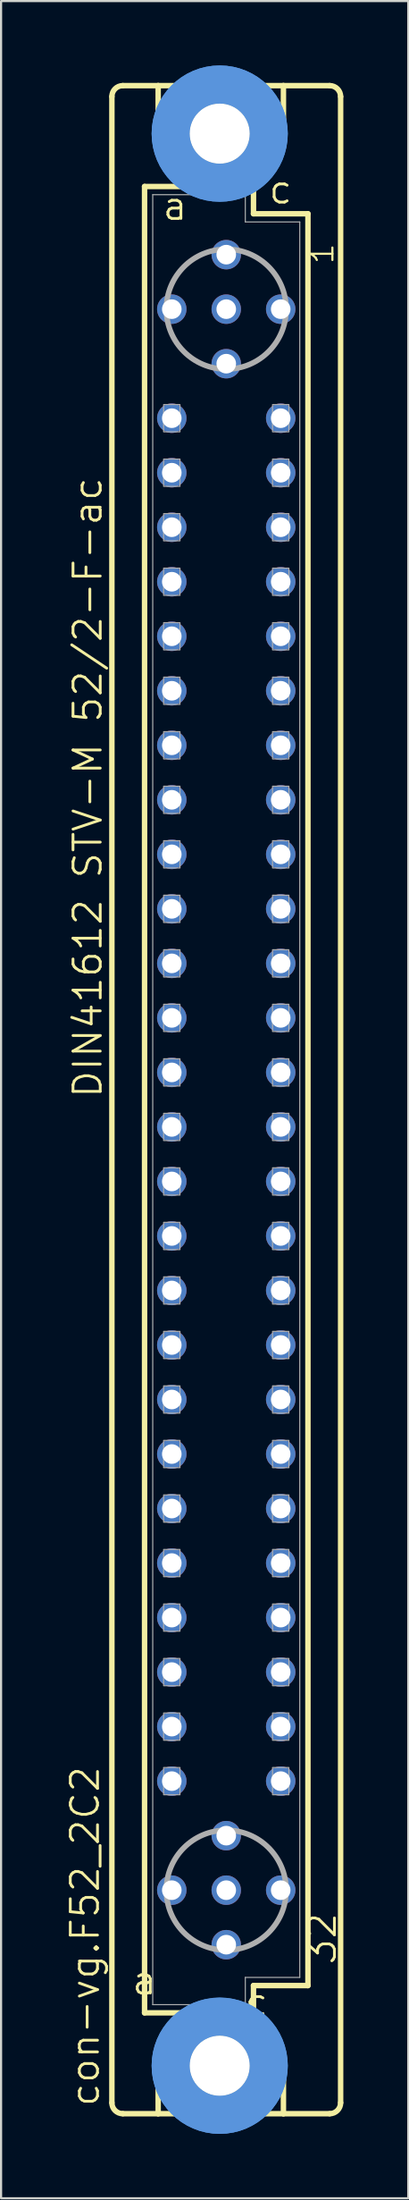
<source format=kicad_pcb>
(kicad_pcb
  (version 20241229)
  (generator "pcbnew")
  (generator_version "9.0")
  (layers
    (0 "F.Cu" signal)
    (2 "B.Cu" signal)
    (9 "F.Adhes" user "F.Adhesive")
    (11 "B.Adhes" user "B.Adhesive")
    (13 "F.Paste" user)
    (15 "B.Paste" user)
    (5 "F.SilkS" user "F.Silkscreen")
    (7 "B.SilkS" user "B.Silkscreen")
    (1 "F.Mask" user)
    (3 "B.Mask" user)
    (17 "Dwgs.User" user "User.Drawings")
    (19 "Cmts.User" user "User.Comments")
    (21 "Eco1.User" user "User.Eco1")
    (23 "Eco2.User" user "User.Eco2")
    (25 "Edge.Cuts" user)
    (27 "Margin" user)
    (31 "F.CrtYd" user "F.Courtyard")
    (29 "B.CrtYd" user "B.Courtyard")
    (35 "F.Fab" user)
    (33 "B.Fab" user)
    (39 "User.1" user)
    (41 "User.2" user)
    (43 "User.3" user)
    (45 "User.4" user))
  (footprint "con-vg.F52_2C2"
    (layer "F.Cu")
    (at 7.502 48.184)
    (property "Reference" "con-vg.F52_2C2" (at -5.842 46.99 90) (layer "F.SilkS") (effects (font (size 1.27 1.27) (thickness 0.13)) (justify left bottom)))
    (attr through_hole)
    (fp_line (start -5.334 46.736) (end -5.334 -46.736) (stroke (width 0.254) (type default)) (layer "F.SilkS"))
    (fp_line (start -4.826 -47.244) (end -3.175 -47.244) (stroke (width 0.254) (type default)) (layer "F.SilkS"))
    (fp_line (start -4.826 47.244) (end -3.175 47.244) (stroke (width 0.254) (type default)) (layer "F.SilkS"))
    (fp_line (start -3.81 -42.545) (end -3.81 42.545) (stroke (width 0.254) (type default)) (layer "F.SilkS"))
    (fp_line (start -3.81 42.545) (end -1.651 42.545) (stroke (width 0.254) (type default)) (layer "F.SilkS"))
    (fp_line (start -3.175 -47.244) (end -3.175 -44.45) (stroke (width 0.254) (type default)) (layer "F.SilkS"))
    (fp_line (start -3.175 47.244) (end -3.175 44.45) (stroke (width 0.254) (type default)) (layer "F.SilkS"))
    (fp_line (start -3.175 47.244) (end 2.667 47.244) (stroke (width 0.254) (type default)) (layer "F.SilkS"))
    (fp_line (start -1.651 -42.545) (end -3.81 -42.545) (stroke (width 0.254) (type default)) (layer "F.SilkS"))
    (fp_line (start -1.651 -42.545) (end -3.175 -44.45) (stroke (width 0.254) (type default)) (layer "F.SilkS"))
    (fp_line (start -1.651 42.545) (end -3.175 44.45) (stroke (width 0.254) (type default)) (layer "F.SilkS"))
    (fp_line (start -1.651 42.545) (end 1.143 42.545) (stroke (width 0.254) (type default)) (layer "F.SilkS"))
    (fp_line (start 1.143 -42.545) (end -1.651 -42.545) (stroke (width 0.254) (type default)) (layer "F.SilkS"))
    (fp_line (start 1.143 -42.545) (end 2.667 -44.45) (stroke (width 0.254) (type default)) (layer "F.SilkS"))
    (fp_line (start 1.143 42.545) (end 1.27 42.545) (stroke (width 0.254) (type default)) (layer "F.SilkS"))
    (fp_line (start 1.143 42.545) (end 2.667 44.45) (stroke (width 0.254) (type default)) (layer "F.SilkS"))
    (fp_line (start 1.27 -42.545) (end 1.143 -42.545) (stroke (width 0.254) (type default)) (layer "F.SilkS"))
    (fp_line (start 1.27 -41.275) (end 1.27 -42.545) (stroke (width 0.254) (type default)) (layer "F.SilkS"))
    (fp_line (start 1.27 41.275) (end 3.81 41.275) (stroke (width 0.254) (type default)) (layer "F.SilkS"))
    (fp_line (start 1.27 42.545) (end 1.27 41.275) (stroke (width 0.254) (type default)) (layer "F.SilkS"))
    (fp_line (start 2.667 -47.244) (end -3.175 -47.244) (stroke (width 0.254) (type default)) (layer "F.SilkS"))
    (fp_line (start 2.667 -47.244) (end 2.667 -44.45) (stroke (width 0.254) (type default)) (layer "F.SilkS"))
    (fp_line (start 2.667 47.244) (end 2.667 44.45) (stroke (width 0.254) (type default)) (layer "F.SilkS"))
    (fp_line (start 2.667 47.244) (end 4.826 47.244) (stroke (width 0.254) (type default)) (layer "F.SilkS"))
    (fp_line (start 3.81 -41.275) (end 1.27 -41.275) (stroke (width 0.254) (type default)) (layer "F.SilkS"))
    (fp_line (start 3.81 41.275) (end 3.81 -41.275) (stroke (width 0.254) (type default)) (layer "F.SilkS"))
    (fp_line (start 4.826 -47.244) (end 2.667 -47.244) (stroke (width 0.254) (type default)) (layer "F.SilkS"))
    (fp_line (start 5.334 46.736) (end 5.334 -46.736) (stroke (width 0.254) (type default)) (layer "F.SilkS"))
    (fp_arc (start -5.334 -46.736) (mid -5.18521 -47.09521) (end -4.826 -47.244) (stroke (width 0.254) (type default)) (layer "F.SilkS"))
    (fp_arc (start -4.826 47.244) (mid -5.18521 47.09521) (end -5.334 46.736) (stroke (width 0.254) (type default)) (layer "F.SilkS"))
    (fp_arc (start 4.826 -47.244) (mid 5.18521 -47.09521) (end 5.334 -46.736) (stroke (width 0.254) (type default)) (layer "F.SilkS"))
    (fp_arc (start 5.334 46.736) (mid 5.18521 47.09521) (end 4.826 47.244) (stroke (width 0.254) (type default)) (layer "F.SilkS"))
    (fp_circle (center -0.305 -45.009) (end 0.965 -45.009) (stroke (width 0.254) (type default)) (fill no) (layer "F.SilkS"))
    (fp_circle (center -0.305 45.009) (end 0.965 45.009) (stroke (width 0.254) (type default)) (fill no) (layer "F.SilkS"))
    (fp_circle (center -0.305 -45.009) (end 1.981 -45.009) (stroke (width 1.778) (type default)) (fill no) (layer "Cmts.User"))
    (fp_circle (center -0.305 -45.009) (end 1.981 -45.009) (stroke (width 1.778) (type default)) (fill no) (layer "Cmts.User"))
    (fp_circle (center -0.305 45.009) (end 1.981 45.009) (stroke (width 1.778) (type default)) (fill no) (layer "Cmts.User"))
    (fp_circle (center -0.305 45.009) (end 1.981 45.009) (stroke (width 1.778) (type default)) (fill no) (layer "Cmts.User"))
    (fp_line (start -3.429 -42.164) (end -3.429 42.164) (stroke (width 0.051) (type default)) (layer "F.Fab"))
    (fp_line (start -3.429 -42.164) (end 0.889 -42.164) (stroke (width 0.051) (type default)) (layer "F.Fab"))
    (fp_line (start -3.429 42.164) (end 0.889 42.164) (stroke (width 0.051) (type default)) (layer "F.Fab"))
    (fp_line (start 0.889 -42.164) (end 0.889 -40.894) (stroke (width 0.051) (type default)) (layer "F.Fab"))
    (fp_line (start 0.889 -40.894) (end 3.429 -40.894) (stroke (width 0.051) (type default)) (layer "F.Fab"))
    (fp_line (start 0.889 40.894) (end 3.429 40.894) (stroke (width 0.051) (type default)) (layer "F.Fab"))
    (fp_line (start 0.889 42.164) (end 0.889 40.894) (stroke (width 0.051) (type default)) (layer "F.Fab"))
    (fp_line (start 3.429 -40.894) (end 3.429 40.894) (stroke (width 0.051) (type default)) (layer "F.Fab"))
    (fp_rect (start -2.921 -31.115) (end -2.159 -32.385) (stroke (width 0.05) (type default)) (fill no) (layer "F.Fab"))
    (fp_rect (start -2.921 -28.575) (end -2.159 -29.845) (stroke (width 0.05) (type default)) (fill no) (layer "F.Fab"))
    (fp_rect (start -2.921 -26.035) (end -2.159 -27.305) (stroke (width 0.05) (type default)) (fill no) (layer "F.Fab"))
    (fp_rect (start -2.921 -23.495) (end -2.159 -24.765) (stroke (width 0.05) (type default)) (fill no) (layer "F.Fab"))
    (fp_rect (start -2.921 -20.955) (end -2.159 -22.225) (stroke (width 0.05) (type default)) (fill no) (layer "F.Fab"))
    (fp_rect (start -2.921 -18.415) (end -2.159 -19.685) (stroke (width 0.05) (type default)) (fill no) (layer "F.Fab"))
    (fp_rect (start -2.921 -15.875) (end -2.159 -17.145) (stroke (width 0.05) (type default)) (fill no) (layer "F.Fab"))
    (fp_rect (start -2.921 -13.335) (end -2.159 -14.605) (stroke (width 0.05) (type default)) (fill no) (layer "F.Fab"))
    (fp_rect (start -2.921 -10.795) (end -2.159 -12.065) (stroke (width 0.05) (type default)) (fill no) (layer "F.Fab"))
    (fp_rect (start -2.921 -8.255) (end -2.159 -9.525) (stroke (width 0.05) (type default)) (fill no) (layer "F.Fab"))
    (fp_rect (start -2.921 -5.715) (end -2.159 -6.985) (stroke (width 0.05) (type default)) (fill no) (layer "F.Fab"))
    (fp_rect (start -2.921 -3.175) (end -2.159 -4.445) (stroke (width 0.05) (type default)) (fill no) (layer "F.Fab"))
    (fp_rect (start -2.921 -0.635) (end -2.159 -1.905) (stroke (width 0.05) (type default)) (fill no) (layer "F.Fab"))
    (fp_rect (start -2.921 1.905) (end -2.159 0.635) (stroke (width 0.05) (type default)) (fill no) (layer "F.Fab"))
    (fp_rect (start -2.921 4.445) (end -2.159 3.175) (stroke (width 0.05) (type default)) (fill no) (layer "F.Fab"))
    (fp_rect (start -2.921 6.985) (end -2.159 5.715) (stroke (width 0.05) (type default)) (fill no) (layer "F.Fab"))
    (fp_rect (start -2.921 9.525) (end -2.159 8.255) (stroke (width 0.05) (type default)) (fill no) (layer "F.Fab"))
    (fp_rect (start -2.921 12.065) (end -2.159 10.795) (stroke (width 0.05) (type default)) (fill no) (layer "F.Fab"))
    (fp_rect (start -2.921 14.605) (end -2.159 13.335) (stroke (width 0.05) (type default)) (fill no) (layer "F.Fab"))
    (fp_rect (start -2.921 17.145) (end -2.159 15.875) (stroke (width 0.05) (type default)) (fill no) (layer "F.Fab"))
    (fp_rect (start -2.921 19.685) (end -2.159 18.415) (stroke (width 0.05) (type default)) (fill no) (layer "F.Fab"))
    (fp_rect (start -2.921 22.225) (end -2.159 20.955) (stroke (width 0.05) (type default)) (fill no) (layer "F.Fab"))
    (fp_rect (start -2.921 24.765) (end -2.159 23.495) (stroke (width 0.05) (type default)) (fill no) (layer "F.Fab"))
    (fp_rect (start -2.921 27.305) (end -2.159 26.035) (stroke (width 0.05) (type default)) (fill no) (layer "F.Fab"))
    (fp_rect (start -2.921 29.845) (end -2.159 28.575) (stroke (width 0.05) (type default)) (fill no) (layer "F.Fab"))
    (fp_rect (start -2.921 32.385) (end -2.159 31.115) (stroke (width 0.05) (type default)) (fill no) (layer "F.Fab"))
    (fp_rect (start 2.159 -31.115) (end 2.921 -32.385) (stroke (width 0.05) (type default)) (fill no) (layer "F.Fab"))
    (fp_rect (start 2.159 -28.575) (end 2.921 -29.845) (stroke (width 0.05) (type default)) (fill no) (layer "F.Fab"))
    (fp_rect (start 2.159 -26.035) (end 2.921 -27.305) (stroke (width 0.05) (type default)) (fill no) (layer "F.Fab"))
    (fp_rect (start 2.159 -23.495) (end 2.921 -24.765) (stroke (width 0.05) (type default)) (fill no) (layer "F.Fab"))
    (fp_rect (start 2.159 -20.955) (end 2.921 -22.225) (stroke (width 0.05) (type default)) (fill no) (layer "F.Fab"))
    (fp_rect (start 2.159 -18.415) (end 2.921 -19.685) (stroke (width 0.05) (type default)) (fill no) (layer "F.Fab"))
    (fp_rect (start 2.159 -15.875) (end 2.921 -17.145) (stroke (width 0.05) (type default)) (fill no) (layer "F.Fab"))
    (fp_rect (start 2.159 -13.335) (end 2.921 -14.605) (stroke (width 0.05) (type default)) (fill no) (layer "F.Fab"))
    (fp_rect (start 2.159 -10.795) (end 2.921 -12.065) (stroke (width 0.05) (type default)) (fill no) (layer "F.Fab"))
    (fp_rect (start 2.159 -8.255) (end 2.921 -9.525) (stroke (width 0.05) (type default)) (fill no) (layer "F.Fab"))
    (fp_rect (start 2.159 -5.715) (end 2.921 -6.985) (stroke (width 0.05) (type default)) (fill no) (layer "F.Fab"))
    (fp_rect (start 2.159 -3.175) (end 2.921 -4.445) (stroke (width 0.05) (type default)) (fill no) (layer "F.Fab"))
    (fp_rect (start 2.159 -0.635) (end 2.921 -1.905) (stroke (width 0.05) (type default)) (fill no) (layer "F.Fab"))
    (fp_rect (start 2.159 1.905) (end 2.921 0.635) (stroke (width 0.05) (type default)) (fill no) (layer "F.Fab"))
    (fp_rect (start 2.159 4.445) (end 2.921 3.175) (stroke (width 0.05) (type default)) (fill no) (layer "F.Fab"))
    (fp_rect (start 2.159 6.985) (end 2.921 5.715) (stroke (width 0.05) (type default)) (fill no) (layer "F.Fab"))
    (fp_rect (start 2.159 9.525) (end 2.921 8.255) (stroke (width 0.05) (type default)) (fill no) (layer "F.Fab"))
    (fp_rect (start 2.159 12.065) (end 2.921 10.795) (stroke (width 0.05) (type default)) (fill no) (layer "F.Fab"))
    (fp_rect (start 2.159 14.605) (end 2.921 13.335) (stroke (width 0.05) (type default)) (fill no) (layer "F.Fab"))
    (fp_rect (start 2.159 17.145) (end 2.921 15.875) (stroke (width 0.05) (type default)) (fill no) (layer "F.Fab"))
    (fp_rect (start 2.159 19.685) (end 2.921 18.415) (stroke (width 0.05) (type default)) (fill no) (layer "F.Fab"))
    (fp_rect (start 2.159 22.225) (end 2.921 20.955) (stroke (width 0.05) (type default)) (fill no) (layer "F.Fab"))
    (fp_rect (start 2.159 24.765) (end 2.921 23.495) (stroke (width 0.05) (type default)) (fill no) (layer "F.Fab"))
    (fp_rect (start 2.159 27.305) (end 2.921 26.035) (stroke (width 0.05) (type default)) (fill no) (layer "F.Fab"))
    (fp_rect (start 2.159 29.845) (end 2.921 28.575) (stroke (width 0.05) (type default)) (fill no) (layer "F.Fab"))
    (fp_rect (start 2.159 32.385) (end 2.921 31.115) (stroke (width 0.05) (type default)) (fill no) (layer "F.Fab"))
    (fp_circle (center 0 -36.83) (end 2.794 -36.83) (stroke (width 0.254) (type default)) (fill no) (layer "F.Fab"))
    (fp_circle (center 0 36.83) (end 2.794 36.83) (stroke (width 0.254) (type default)) (fill no) (layer "F.Fab"))
    (fp_text user "c " (at 0.778 42.799 0) (layer "F.SilkS") (effects (font (size 1.27 1.27) (thickness 0.13)) (justify left bottom)))
    (fp_text user "32" (at 5.207 40.386 90) (layer "F.SilkS") (effects (font (size 1.27 1.27) (thickness 0.13)) (justify left bottom)))
    (fp_text user "a " (at -4.475 41.783 0) (layer "F.SilkS") (effects (font (size 1.27 1.27) (thickness 0.13)) (justify left bottom)))
    (fp_text user "DIN41612 STV-M 52/2-F-ac" (at -5.715 0 90) (layer "F.SilkS") (effects (font (size 1.27 1.27) (thickness 0.13)) (justify left bottom)))
    (fp_text user "c" (at 1.905 -41.656 0) (layer "F.SilkS") (effects (font (size 1.27 1.27) (thickness 0.13)) (justify left bottom)))
    (fp_text user "1" (at 5.08 -38.862 90) (layer "F.SilkS") (effects (font (size 1.016 1.016) (thickness 0.1)) (justify left bottom)))
    (fp_text user "a" (at -3.048 -40.894 0) (layer "F.SilkS") (effects (font (size 1.27 1.27) (thickness 0.13)) (justify left bottom)))
    (pad "" np_thru_hole circle (at -0.305 -45.009) (size 2.794 2.794) (drill 2.794) (layers "*.Cu" "*.Mask"))
    (pad "" np_thru_hole circle (at -0.305 45.009) (size 2.794 2.794) (drill 2.794) (layers "*.Cu" "*.Mask"))
    (pad "A2" thru_hole circle (at -2.54 -36.83) (size 1.372 1.372) (drill 0.914) (layers "*.Cu" "*.Mask"))
    (pad "A4" thru_hole circle (at -2.54 -31.75) (size 1.372 1.372) (drill 0.914) (layers "*.Cu" "*.Mask"))
    (pad "A5" thru_hole circle (at -2.54 -29.21) (size 1.372 1.372) (drill 0.914) (layers "*.Cu" "*.Mask"))
    (pad "A6" thru_hole circle (at -2.54 -26.67) (size 1.372 1.372) (drill 0.914) (layers "*.Cu" "*.Mask"))
    (pad "A7" thru_hole circle (at -2.54 -24.13) (size 1.372 1.372) (drill 0.914) (layers "*.Cu" "*.Mask"))
    (pad "A8" thru_hole circle (at -2.54 -21.59) (size 1.372 1.372) (drill 0.914) (layers "*.Cu" "*.Mask"))
    (pad "A9" thru_hole circle (at -2.54 -19.05) (size 1.372 1.372) (drill 0.914) (layers "*.Cu" "*.Mask"))
    (pad "A10" thru_hole circle (at -2.54 -16.51) (size 1.372 1.372) (drill 0.914) (layers "*.Cu" "*.Mask"))
    (pad "A11" thru_hole circle (at -2.54 -13.97) (size 1.372 1.372) (drill 0.914) (layers "*.Cu" "*.Mask"))
    (pad "A12" thru_hole circle (at -2.54 -11.43) (size 1.372 1.372) (drill 0.914) (layers "*.Cu" "*.Mask"))
    (pad "A13" thru_hole circle (at -2.54 -8.89) (size 1.372 1.372) (drill 0.914) (layers "*.Cu" "*.Mask"))
    (pad "A14" thru_hole circle (at -2.54 -6.35) (size 1.372 1.372) (drill 0.914) (layers "*.Cu" "*.Mask"))
    (pad "A15" thru_hole circle (at -2.54 -3.81) (size 1.372 1.372) (drill 0.914) (layers "*.Cu" "*.Mask"))
    (pad "A16" thru_hole circle (at -2.54 -1.27) (size 1.372 1.372) (drill 0.914) (layers "*.Cu" "*.Mask"))
    (pad "A17" thru_hole circle (at -2.54 1.27) (size 1.372 1.372) (drill 0.914) (layers "*.Cu" "*.Mask"))
    (pad "A18" thru_hole circle (at -2.54 3.81) (size 1.372 1.372) (drill 0.914) (layers "*.Cu" "*.Mask"))
    (pad "A19" thru_hole circle (at -2.54 6.35) (size 1.372 1.372) (drill 0.914) (layers "*.Cu" "*.Mask"))
    (pad "A20" thru_hole circle (at -2.54 8.89) (size 1.372 1.372) (drill 0.914) (layers "*.Cu" "*.Mask"))
    (pad "A21" thru_hole circle (at -2.54 11.43) (size 1.372 1.372) (drill 0.914) (layers "*.Cu" "*.Mask"))
    (pad "A22" thru_hole circle (at -2.54 13.97) (size 1.372 1.372) (drill 0.914) (layers "*.Cu" "*.Mask"))
    (pad "A23" thru_hole circle (at -2.54 16.51) (size 1.372 1.372) (drill 0.914) (layers "*.Cu" "*.Mask"))
    (pad "A24" thru_hole circle (at -2.54 19.05) (size 1.372 1.372) (drill 0.914) (layers "*.Cu" "*.Mask"))
    (pad "A25" thru_hole circle (at -2.54 21.59) (size 1.372 1.372) (drill 0.914) (layers "*.Cu" "*.Mask"))
    (pad "A26" thru_hole circle (at -2.54 24.13) (size 1.372 1.372) (drill 0.914) (layers "*.Cu" "*.Mask"))
    (pad "A27" thru_hole circle (at -2.54 26.67) (size 1.372 1.372) (drill 0.914) (layers "*.Cu" "*.Mask"))
    (pad "A28" thru_hole circle (at -2.54 29.21) (size 1.372 1.372) (drill 0.914) (layers "*.Cu" "*.Mask"))
    (pad "A29" thru_hole circle (at -2.54 31.75) (size 1.372 1.372) (drill 0.914) (layers "*.Cu" "*.Mask"))
    (pad "A31" thru_hole circle (at -2.54 36.83) (size 1.372 1.372) (drill 0.914) (layers "*.Cu" "*.Mask"))
    (pad "B1" thru_hole circle (at 0 -39.37) (size 1.372 1.372) (drill 0.914) (layers "*.Cu" "*.Mask"))
    (pad "B2" thru_hole circle (at 0 -36.83) (size 1.372 1.372) (drill 0.914) (layers "*.Cu" "*.Mask"))
    (pad "B3" thru_hole circle (at 0 -34.29) (size 1.372 1.372) (drill 0.914) (layers "*.Cu" "*.Mask"))
    (pad "B30" thru_hole circle (at 0 34.29) (size 1.372 1.372) (drill 0.914) (layers "*.Cu" "*.Mask"))
    (pad "B31" thru_hole circle (at 0 36.83) (size 1.372 1.372) (drill 0.914) (layers "*.Cu" "*.Mask"))
    (pad "B32" thru_hole circle (at 0 39.37) (size 1.372 1.372) (drill 0.914) (layers "*.Cu" "*.Mask"))
    (pad "C2" thru_hole circle (at 2.54 -36.83) (size 1.372 1.372) (drill 0.914) (layers "*.Cu" "*.Mask"))
    (pad "C4" thru_hole circle (at 2.54 -31.75) (size 1.372 1.372) (drill 0.914) (layers "*.Cu" "*.Mask"))
    (pad "C5" thru_hole circle (at 2.54 -29.21) (size 1.372 1.372) (drill 0.914) (layers "*.Cu" "*.Mask"))
    (pad "C6" thru_hole circle (at 2.54 -26.67) (size 1.372 1.372) (drill 0.914) (layers "*.Cu" "*.Mask"))
    (pad "C7" thru_hole circle (at 2.54 -24.13) (size 1.372 1.372) (drill 0.914) (layers "*.Cu" "*.Mask"))
    (pad "C8" thru_hole circle (at 2.54 -21.59) (size 1.372 1.372) (drill 0.914) (layers "*.Cu" "*.Mask"))
    (pad "C9" thru_hole circle (at 2.54 -19.05) (size 1.372 1.372) (drill 0.914) (layers "*.Cu" "*.Mask"))
    (pad "C10" thru_hole circle (at 2.54 -16.51) (size 1.372 1.372) (drill 0.914) (layers "*.Cu" "*.Mask"))
    (pad "C11" thru_hole circle (at 2.54 -13.97) (size 1.372 1.372) (drill 0.914) (layers "*.Cu" "*.Mask"))
    (pad "C12" thru_hole circle (at 2.54 -11.43) (size 1.372 1.372) (drill 0.914) (layers "*.Cu" "*.Mask"))
    (pad "C13" thru_hole circle (at 2.54 -8.89) (size 1.372 1.372) (drill 0.914) (layers "*.Cu" "*.Mask"))
    (pad "C14" thru_hole circle (at 2.54 -6.35) (size 1.372 1.372) (drill 0.914) (layers "*.Cu" "*.Mask"))
    (pad "C15" thru_hole circle (at 2.54 -3.81) (size 1.372 1.372) (drill 0.914) (layers "*.Cu" "*.Mask"))
    (pad "C16" thru_hole circle (at 2.54 -1.27) (size 1.372 1.372) (drill 0.914) (layers "*.Cu" "*.Mask"))
    (pad "C17" thru_hole circle (at 2.54 1.27) (size 1.372 1.372) (drill 0.914) (layers "*.Cu" "*.Mask"))
    (pad "C18" thru_hole circle (at 2.54 3.81) (size 1.372 1.372) (drill 0.914) (layers "*.Cu" "*.Mask"))
    (pad "C19" thru_hole circle (at 2.54 6.35) (size 1.372 1.372) (drill 0.914) (layers "*.Cu" "*.Mask"))
    (pad "C20" thru_hole circle (at 2.54 8.89) (size 1.372 1.372) (drill 0.914) (layers "*.Cu" "*.Mask"))
    (pad "C21" thru_hole circle (at 2.54 11.43) (size 1.372 1.372) (drill 0.914) (layers "*.Cu" "*.Mask"))
    (pad "C22" thru_hole circle (at 2.54 13.97) (size 1.372 1.372) (drill 0.914) (layers "*.Cu" "*.Mask"))
    (pad "C23" thru_hole circle (at 2.54 16.51) (size 1.372 1.372) (drill 0.914) (layers "*.Cu" "*.Mask"))
    (pad "C24" thru_hole circle (at 2.54 19.05) (size 1.372 1.372) (drill 0.914) (layers "*.Cu" "*.Mask"))
    (pad "C25" thru_hole circle (at 2.54 21.59) (size 1.372 1.372) (drill 0.914) (layers "*.Cu" "*.Mask"))
    (pad "C26" thru_hole circle (at 2.54 24.13) (size 1.372 1.372) (drill 0.914) (layers "*.Cu" "*.Mask"))
    (pad "C27" thru_hole circle (at 2.54 26.67) (size 1.372 1.372) (drill 0.914) (layers "*.Cu" "*.Mask"))
    (pad "C28" thru_hole circle (at 2.54 29.21) (size 1.372 1.372) (drill 0.914) (layers "*.Cu" "*.Mask"))
    (pad "C29" thru_hole circle (at 2.54 31.75) (size 1.372 1.372) (drill 0.914) (layers "*.Cu" "*.Mask"))
    (pad "C31" thru_hole circle (at 2.54 36.83) (size 1.372 1.372) (drill 0.914) (layers "*.Cu" "*.Mask")))
  (gr_rect
    (start -3 -3)
    (end 15.991 99.368)
    (stroke (width 0.1) (type default))
    (fill no)
    (layer "Edge.Cuts")))
</source>
